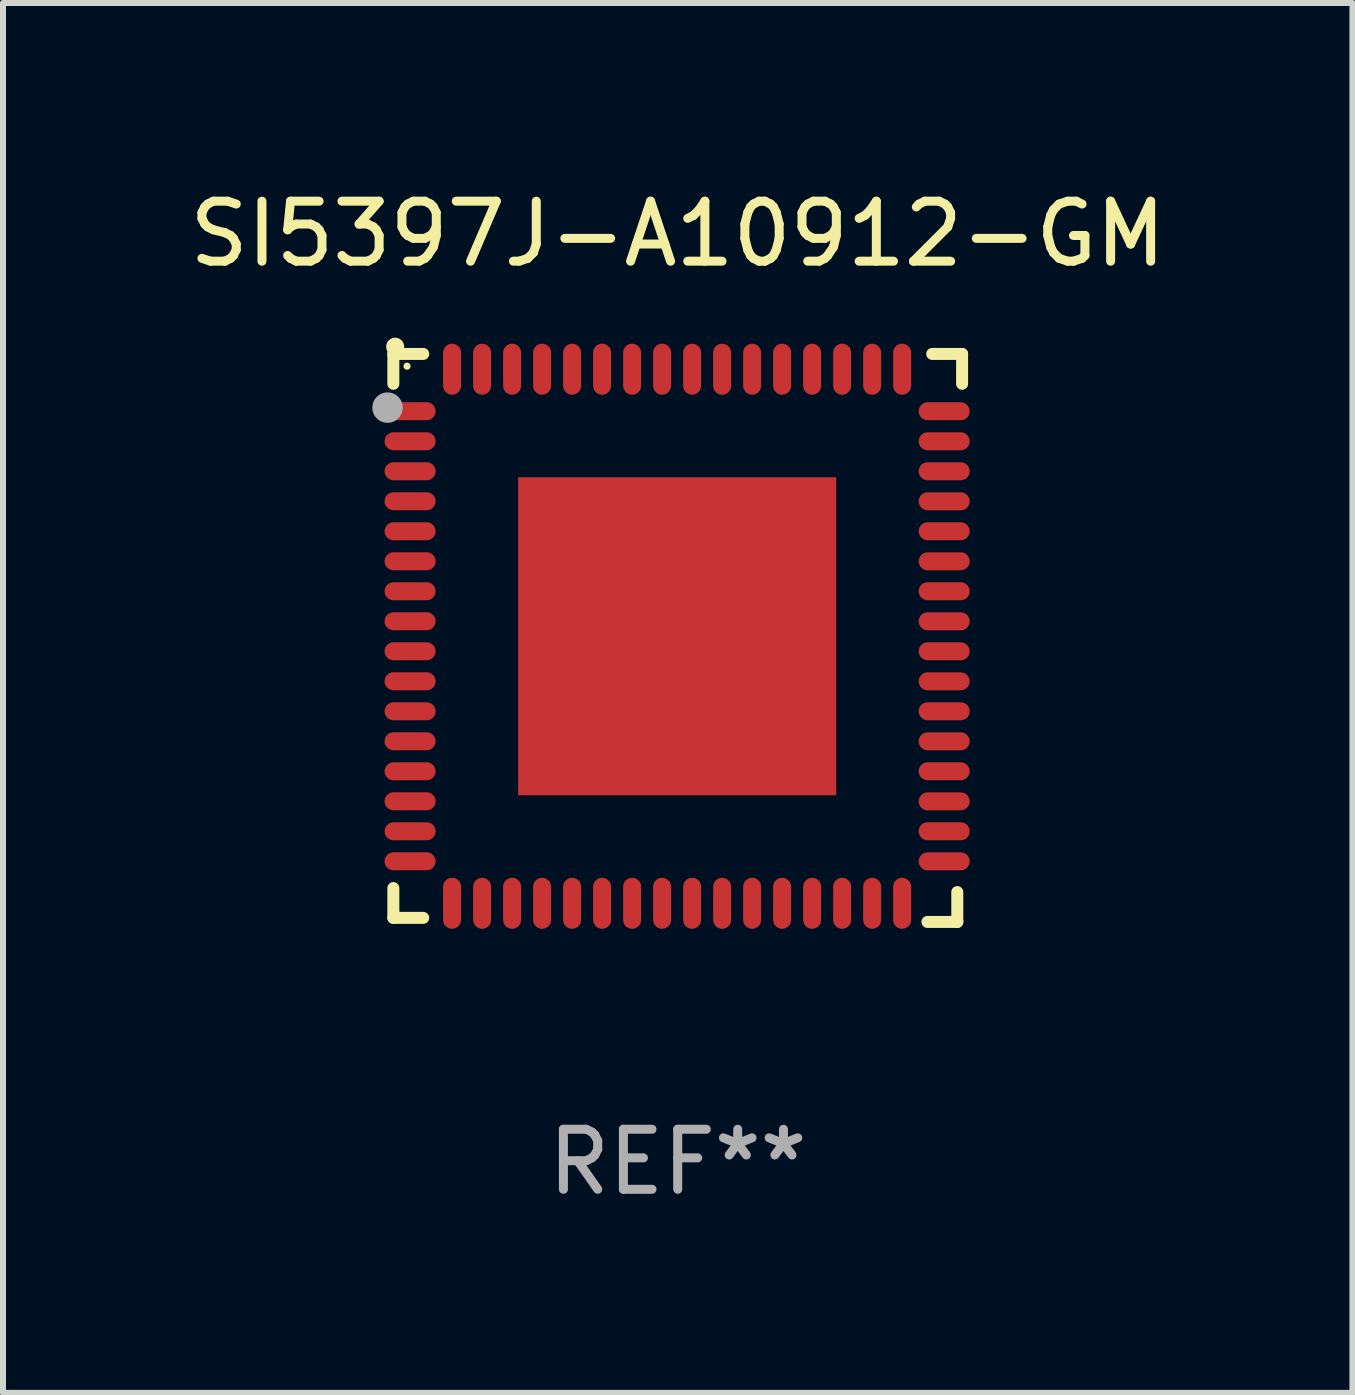
<source format=kicad_pcb>
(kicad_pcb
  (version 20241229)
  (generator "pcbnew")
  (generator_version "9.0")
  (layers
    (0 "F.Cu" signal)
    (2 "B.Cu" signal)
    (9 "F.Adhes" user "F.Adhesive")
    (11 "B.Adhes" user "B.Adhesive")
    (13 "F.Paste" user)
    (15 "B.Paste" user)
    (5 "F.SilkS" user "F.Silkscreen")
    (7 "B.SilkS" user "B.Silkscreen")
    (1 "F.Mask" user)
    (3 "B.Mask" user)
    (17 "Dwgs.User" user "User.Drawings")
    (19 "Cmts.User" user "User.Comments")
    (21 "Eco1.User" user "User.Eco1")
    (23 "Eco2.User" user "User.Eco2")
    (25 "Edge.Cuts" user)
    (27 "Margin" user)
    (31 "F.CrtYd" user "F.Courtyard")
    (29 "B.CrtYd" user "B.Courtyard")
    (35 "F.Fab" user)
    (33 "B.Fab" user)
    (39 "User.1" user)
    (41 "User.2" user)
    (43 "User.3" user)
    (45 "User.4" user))
  (footprint "SI5397J-A10912-GM"
    (layer "F.Cu")
    (at 8.244 7.581)
    (property "Reference" "SI5397J-A10912-GM" (at 0 -6.733 0) (layer "F.SilkS") (effects (font (size 1 1) (thickness 0.15))))
    (attr through_hole)
    (fp_line (start -4.739 -4.733) (end -4.241 -4.733) (stroke (width 0.2) (type solid)) (layer "F.SilkS"))
    (fp_line (start -4.739 -4.235) (end -4.739 -4.733) (stroke (width 0.2) (type solid)) (layer "F.SilkS"))
    (fp_line (start -4.739 4.168) (end -4.739 4.665) (stroke (width 0.2) (type solid)) (layer "F.SilkS"))
    (fp_line (start -4.739 4.665) (end -4.241 4.665) (stroke (width 0.2) (type solid)) (layer "F.SilkS"))
    (fp_line (start 4.161 4.733) (end 4.659 4.733) (stroke (width 0.2) (type solid)) (layer "F.SilkS"))
    (fp_line (start 4.241 -4.733) (end 4.739 -4.733) (stroke (width 0.2) (type solid)) (layer "F.SilkS"))
    (fp_line (start 4.659 4.733) (end 4.659 4.235) (stroke (width 0.2) (type solid)) (layer "F.SilkS"))
    (fp_line (start 4.739 -4.733) (end 4.739 -4.235) (stroke (width 0.2) (type solid)) (layer "F.SilkS"))
    (fp_arc (start -4.708623 -4.85108) (mid -4.708628 -4.85235) (end -4.708623 -4.85362) (stroke (width 0.3) (type solid)) (layer "F.SilkS"))
    (fp_circle (center -4.511 -4.529) (end -4.481 -4.529) (stroke (width 0.06) (type solid)) (fill no) (layer "F.SilkS"))
    (fp_circle (center -4.836 -3.838) (end -4.709 -3.838) (stroke (width 0.254) (type solid)) (fill no) (layer "F.Fab"))
    (fp_text user "REF**" (at 0 8.733 0) (layer "F.Fab") (effects (font (size 1 1) (thickness 0.15))))
    (pad "1" smd oval (at -4.46 -3.778) (size 0.85 0.3) (layers "F.Cu" "F.Mask" "F.Paste"))
    (pad "2" smd oval (at -4.46 -3.278) (size 0.85 0.3) (layers "F.Cu" "F.Mask" "F.Paste"))
    (pad "3" smd oval (at -4.46 -2.778) (size 0.85 0.3) (layers "F.Cu" "F.Mask" "F.Paste"))
    (pad "4" smd oval (at -4.46 -2.278) (size 0.85 0.3) (layers "F.Cu" "F.Mask" "F.Paste"))
    (pad "5" smd oval (at -4.46 -1.778) (size 0.85 0.3) (layers "F.Cu" "F.Mask" "F.Paste"))
    (pad "6" smd oval (at -4.46 -1.278) (size 0.85 0.3) (layers "F.Cu" "F.Mask" "F.Paste"))
    (pad "7" smd oval (at -4.46 -0.778) (size 0.85 0.3) (layers "F.Cu" "F.Mask" "F.Paste"))
    (pad "8" smd oval (at -4.46 -0.278) (size 0.85 0.3) (layers "F.Cu" "F.Mask" "F.Paste"))
    (pad "9" smd oval (at -4.46 0.222) (size 0.85 0.3) (layers "F.Cu" "F.Mask" "F.Paste"))
    (pad "10" smd oval (at -4.46 0.722) (size 0.85 0.3) (layers "F.Cu" "F.Mask" "F.Paste"))
    (pad "11" smd oval (at -4.46 1.222) (size 0.85 0.3) (layers "F.Cu" "F.Mask" "F.Paste"))
    (pad "12" smd oval (at -4.46 1.722) (size 0.85 0.3) (layers "F.Cu" "F.Mask" "F.Paste"))
    (pad "13" smd oval (at -4.46 2.222) (size 0.85 0.3) (layers "F.Cu" "F.Mask" "F.Paste"))
    (pad "14" smd oval (at -4.46 2.722) (size 0.85 0.3) (layers "F.Cu" "F.Mask" "F.Paste"))
    (pad "15" smd oval (at -4.46 3.222) (size 0.85 0.3) (layers "F.Cu" "F.Mask" "F.Paste"))
    (pad "16" smd oval (at -4.46 3.722) (size 0.85 0.3) (layers "F.Cu" "F.Mask" "F.Paste"))
    (pad "17" smd oval (at -3.76 4.422) (size 0.3 0.85) (layers "F.Cu" "F.Mask" "F.Paste"))
    (pad "18" smd oval (at -3.26 4.422) (size 0.3 0.85) (layers "F.Cu" "F.Mask" "F.Paste"))
    (pad "19" smd oval (at -2.76 4.422) (size 0.3 0.85) (layers "F.Cu" "F.Mask" "F.Paste"))
    (pad "20" smd oval (at -2.26 4.422) (size 0.3 0.85) (layers "F.Cu" "F.Mask" "F.Paste"))
    (pad "21" smd oval (at -1.76 4.422) (size 0.3 0.85) (layers "F.Cu" "F.Mask" "F.Paste"))
    (pad "22" smd oval (at -1.26 4.422) (size 0.3 0.85) (layers "F.Cu" "F.Mask" "F.Paste"))
    (pad "23" smd oval (at -0.76 4.422) (size 0.3 0.85) (layers "F.Cu" "F.Mask" "F.Paste"))
    (pad "24" smd oval (at -0.26 4.422) (size 0.3 0.85) (layers "F.Cu" "F.Mask" "F.Paste"))
    (pad "25" smd oval (at 0.24 4.422) (size 0.3 0.85) (layers "F.Cu" "F.Mask" "F.Paste"))
    (pad "26" smd oval (at 0.74 4.422) (size 0.3 0.85) (layers "F.Cu" "F.Mask" "F.Paste"))
    (pad "27" smd oval (at 1.24 4.422) (size 0.3 0.85) (layers "F.Cu" "F.Mask" "F.Paste"))
    (pad "28" smd oval (at 1.74 4.422) (size 0.3 0.85) (layers "F.Cu" "F.Mask" "F.Paste"))
    (pad "29" smd oval (at 2.24 4.422) (size 0.3 0.85) (layers "F.Cu" "F.Mask" "F.Paste"))
    (pad "30" smd oval (at 2.74 4.422) (size 0.3 0.85) (layers "F.Cu" "F.Mask" "F.Paste"))
    (pad "31" smd oval (at 3.24 4.422) (size 0.3 0.85) (layers "F.Cu" "F.Mask" "F.Paste"))
    (pad "32" smd oval (at 3.74 4.422) (size 0.3 0.85) (layers "F.Cu" "F.Mask" "F.Paste"))
    (pad "33" smd oval (at 4.44 3.723) (size 0.85 0.3) (layers "F.Cu" "F.Mask" "F.Paste"))
    (pad "34" smd oval (at 4.44 3.222) (size 0.85 0.3) (layers "F.Cu" "F.Mask" "F.Paste"))
    (pad "35" smd oval (at 4.44 2.723) (size 0.85 0.3) (layers "F.Cu" "F.Mask" "F.Paste"))
    (pad "36" smd oval (at 4.44 2.222) (size 0.85 0.3) (layers "F.Cu" "F.Mask" "F.Paste"))
    (pad "37" smd oval (at 4.44 1.723) (size 0.85 0.3) (layers "F.Cu" "F.Mask" "F.Paste"))
    (pad "38" smd oval (at 4.44 1.222) (size 0.85 0.3) (layers "F.Cu" "F.Mask" "F.Paste"))
    (pad "39" smd oval (at 4.44 0.723) (size 0.85 0.3) (layers "F.Cu" "F.Mask" "F.Paste"))
    (pad "40" smd oval (at 4.44 0.222) (size 0.85 0.3) (layers "F.Cu" "F.Mask" "F.Paste"))
    (pad "41" smd oval (at 4.44 -0.277) (size 0.85 0.3) (layers "F.Cu" "F.Mask" "F.Paste"))
    (pad "42" smd oval (at 4.44 -0.778) (size 0.85 0.3) (layers "F.Cu" "F.Mask" "F.Paste"))
    (pad "43" smd oval (at 4.44 -1.277) (size 0.85 0.3) (layers "F.Cu" "F.Mask" "F.Paste"))
    (pad "44" smd oval (at 4.44 -1.778) (size 0.85 0.3) (layers "F.Cu" "F.Mask" "F.Paste"))
    (pad "45" smd oval (at 4.44 -2.277) (size 0.85 0.3) (layers "F.Cu" "F.Mask" "F.Paste"))
    (pad "46" smd oval (at 4.44 -2.778) (size 0.85 0.3) (layers "F.Cu" "F.Mask" "F.Paste"))
    (pad "47" smd oval (at 4.44 -3.277) (size 0.85 0.3) (layers "F.Cu" "F.Mask" "F.Paste"))
    (pad "48" smd oval (at 4.44 -3.778) (size 0.85 0.3) (layers "F.Cu" "F.Mask" "F.Paste"))
    (pad "49" smd oval (at 3.74 -4.478) (size 0.3 0.85) (layers "F.Cu" "F.Mask" "F.Paste"))
    (pad "50" smd oval (at 3.24 -4.478) (size 0.3 0.85) (layers "F.Cu" "F.Mask" "F.Paste"))
    (pad "51" smd oval (at 2.74 -4.478) (size 0.3 0.85) (layers "F.Cu" "F.Mask" "F.Paste"))
    (pad "52" smd oval (at 2.24 -4.478) (size 0.3 0.85) (layers "F.Cu" "F.Mask" "F.Paste"))
    (pad "53" smd oval (at 1.74 -4.478) (size 0.3 0.85) (layers "F.Cu" "F.Mask" "F.Paste"))
    (pad "54" smd oval (at 1.24 -4.478) (size 0.3 0.85) (layers "F.Cu" "F.Mask" "F.Paste"))
    (pad "55" smd oval (at 0.74 -4.478) (size 0.3 0.85) (layers "F.Cu" "F.Mask" "F.Paste"))
    (pad "56" smd oval (at 0.24 -4.478) (size 0.3 0.85) (layers "F.Cu" "F.Mask" "F.Paste"))
    (pad "57" smd oval (at -0.26 -4.478) (size 0.3 0.85) (layers "F.Cu" "F.Mask" "F.Paste"))
    (pad "58" smd oval (at -0.76 -4.478) (size 0.3 0.85) (layers "F.Cu" "F.Mask" "F.Paste"))
    (pad "59" smd oval (at -1.26 -4.478) (size 0.3 0.85) (layers "F.Cu" "F.Mask" "F.Paste"))
    (pad "60" smd oval (at -1.76 -4.478) (size 0.3 0.85) (layers "F.Cu" "F.Mask" "F.Paste"))
    (pad "61" smd oval (at -2.26 -4.478) (size 0.3 0.85) (layers "F.Cu" "F.Mask" "F.Paste"))
    (pad "62" smd oval (at -2.76 -4.478) (size 0.3 0.85) (layers "F.Cu" "F.Mask" "F.Paste"))
    (pad "63" smd oval (at -3.26 -4.478) (size 0.3 0.85) (layers "F.Cu" "F.Mask" "F.Paste"))
    (pad "64" smd oval (at -3.76 -4.478) (size 0.3 0.85) (layers "F.Cu" "F.Mask" "F.Paste"))
    (pad "65" smd rect (at -0.009 -0.028 90) (size 5.3 5.3) (layers "F.Cu" "F.Mask" "F.Paste")))
  (gr_rect
    (start -3 -3)
    (end 19.488 20.162)
    (stroke (width 0.1) (type default))
    (fill no)
    (layer "Edge.Cuts")))
</source>
